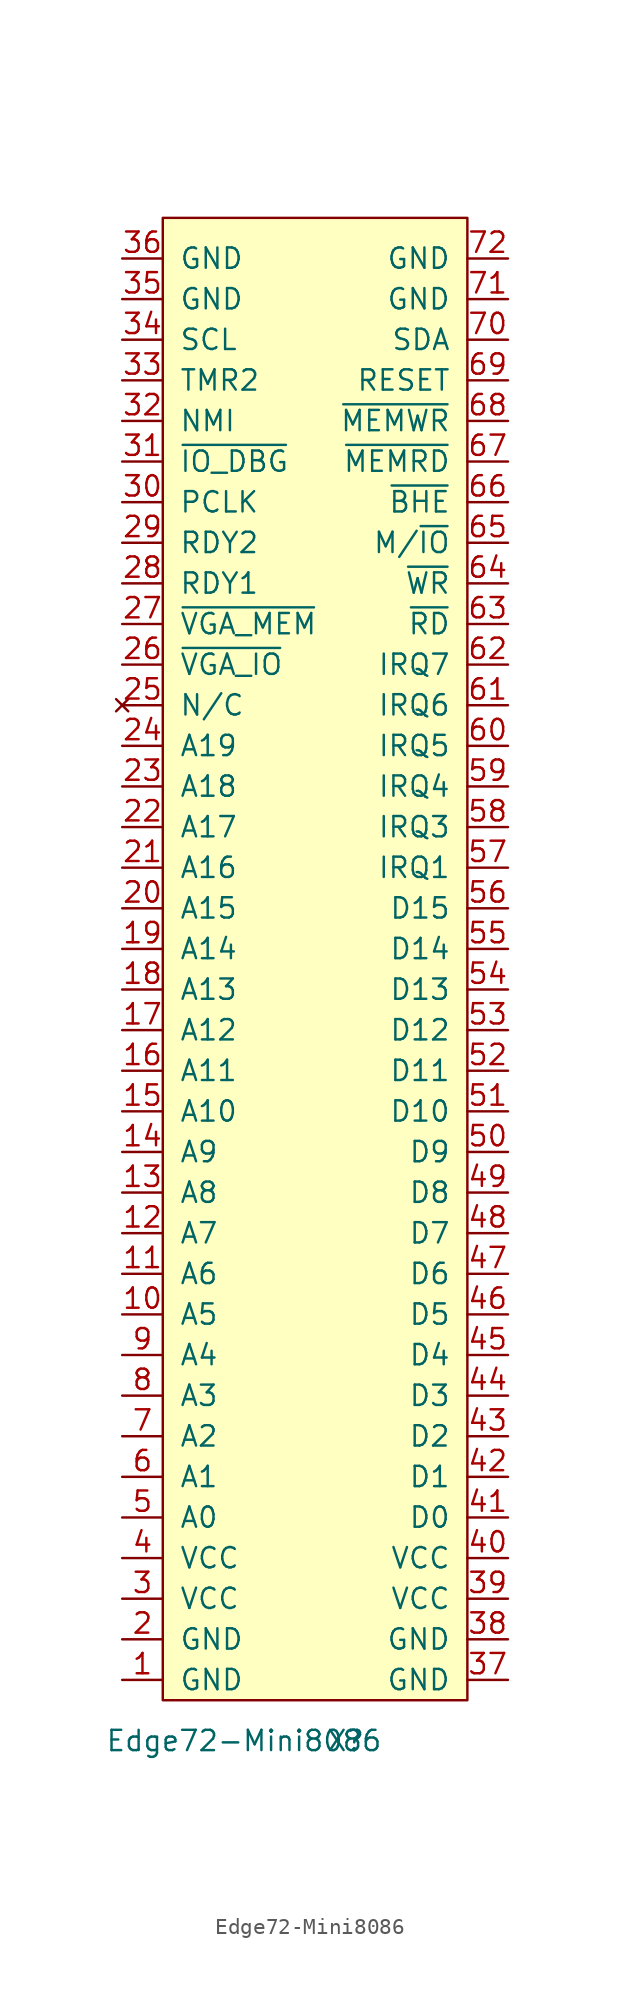
<source format=kicad_sym>
(kicad_symbol_lib
  (version 20220914)
  (generator kicad_symbol_editor)
  (symbol "Edge72-Mini8086"
    (pin_names
      (offset 1.016))
    (property "Reference" "X"
      (at 2.54 -49.53 0)
      (effects (font (size 1.27 1.27))))
    (property "Value" "Edge72-Mini8086"
      (at -3.81 -49.53 0)
      (effects (font (size 1.27 1.27))))
    (symbol "Edge72-Mini8086_0_1"
      (rectangle (start -8.89 45.72) (end 10.16 -46.99) (stroke (width 0) (type solid)) (fill (type background))))
    (symbol "Edge72-Mini8086_1_1"
      (pin passive line (at -11.43 -45.72 0) (length 2.54) (name "GND" (effects (font (size 1.27 1.27)))) (number "1" (effects (font (size 1.27 1.27)))))
      (pin bidirectional line (at -11.43 -22.86 0) (length 2.54) (name "A5" (effects (font (size 1.27 1.27)))) (number "10" (effects (font (size 1.27 1.27)))))
      (pin bidirectional line (at -11.43 -20.32 0) (length 2.54) (name "A6" (effects (font (size 1.27 1.27)))) (number "11" (effects (font (size 1.27 1.27)))))
      (pin bidirectional line (at -11.43 -17.78 0) (length 2.54) (name "A7" (effects (font (size 1.27 1.27)))) (number "12" (effects (font (size 1.27 1.27)))))
      (pin bidirectional line (at -11.43 -15.24 0) (length 2.54) (name "A8" (effects (font (size 1.27 1.27)))) (number "13" (effects (font (size 1.27 1.27)))))
      (pin bidirectional line (at -11.43 -12.7 0) (length 2.54) (name "A9" (effects (font (size 1.27 1.27)))) (number "14" (effects (font (size 1.27 1.27)))))
      (pin bidirectional line (at -11.43 -10.16 0) (length 2.54) (name "A10" (effects (font (size 1.27 1.27)))) (number "15" (effects (font (size 1.27 1.27)))))
      (pin bidirectional line (at -11.43 -7.62 0) (length 2.54) (name "A11" (effects (font (size 1.27 1.27)))) (number "16" (effects (font (size 1.27 1.27)))))
      (pin bidirectional line (at -11.43 -5.08 0) (length 2.54) (name "A12" (effects (font (size 1.27 1.27)))) (number "17" (effects (font (size 1.27 1.27)))))
      (pin bidirectional line (at -11.43 -2.54 0) (length 2.54) (name "A13" (effects (font (size 1.27 1.27)))) (number "18" (effects (font (size 1.27 1.27)))))
      (pin bidirectional line (at -11.43 0 0) (length 2.54) (name "A14" (effects (font (size 1.27 1.27)))) (number "19" (effects (font (size 1.27 1.27)))))
      (pin passive line (at -11.43 -43.18 0) (length 2.54) (name "GND" (effects (font (size 1.27 1.27)))) (number "2" (effects (font (size 1.27 1.27)))))
      (pin bidirectional line (at -11.43 2.54 0) (length 2.54) (name "A15" (effects (font (size 1.27 1.27)))) (number "20" (effects (font (size 1.27 1.27)))))
      (pin bidirectional line (at -11.43 5.08 0) (length 2.54) (name "A16" (effects (font (size 1.27 1.27)))) (number "21" (effects (font (size 1.27 1.27)))))
      (pin bidirectional line (at -11.43 7.62 0) (length 2.54) (name "A17" (effects (font (size 1.27 1.27)))) (number "22" (effects (font (size 1.27 1.27)))))
      (pin bidirectional line (at -11.43 10.16 0) (length 2.54) (name "A18" (effects (font (size 1.27 1.27)))) (number "23" (effects (font (size 1.27 1.27)))))
      (pin bidirectional line (at -11.43 12.7 0) (length 2.54) (name "A19" (effects (font (size 1.27 1.27)))) (number "24" (effects (font (size 1.27 1.27)))))
      (pin no_connect line (at -11.43 15.24 0) (length 2.54) (name "N/C" (effects (font (size 1.27 1.27)))) (number "25" (effects (font (size 1.27 1.27)))))
      (pin bidirectional line (at -11.43 17.78 0) (length 2.54) (name "~{VGA_IO}" (effects (font (size 1.27 1.27)))) (number "26" (effects (font (size 1.27 1.27)))))
      (pin bidirectional line (at -11.43 20.32 0) (length 2.54) (name "~{VGA_MEM}" (effects (font (size 1.27 1.27)))) (number "27" (effects (font (size 1.27 1.27)))))
      (pin passive line (at -11.43 22.86 0) (length 2.54) (name "RDY1" (effects (font (size 1.27 1.27)))) (number "28" (effects (font (size 1.27 1.27)))))
      (pin passive line (at -11.43 25.4 0) (length 2.54) (name "RDY2" (effects (font (size 1.27 1.27)))) (number "29" (effects (font (size 1.27 1.27)))))
      (pin passive line (at -11.43 -40.64 0) (length 2.54) (name "VCC" (effects (font (size 1.27 1.27)))) (number "3" (effects (font (size 1.27 1.27)))))
      (pin passive line (at -11.43 27.94 0) (length 2.54) (name "PCLK" (effects (font (size 1.27 1.27)))) (number "30" (effects (font (size 1.27 1.27)))))
      (pin passive line (at -11.43 30.48 0) (length 2.54) (name "~{IO_DBG}" (effects (font (size 1.27 1.27)))) (number "31" (effects (font (size 1.27 1.27)))))
      (pin passive line (at -11.43 33.02 0) (length 2.54) (name "NMI" (effects (font (size 1.27 1.27)))) (number "32" (effects (font (size 1.27 1.27)))))
      (pin passive line (at -11.43 35.56 0) (length 2.54) (name "TMR2" (effects (font (size 1.27 1.27)))) (number "33" (effects (font (size 1.27 1.27)))))
      (pin passive line (at -11.43 38.1 0) (length 2.54) (name "SCL" (effects (font (size 1.27 1.27)))) (number "34" (effects (font (size 1.27 1.27)))))
      (pin passive line (at -11.43 40.64 0) (length 2.54) (name "GND" (effects (font (size 1.27 1.27)))) (number "35" (effects (font (size 1.27 1.27)))))
      (pin passive line (at -11.43 43.18 0) (length 2.54) (name "GND" (effects (font (size 1.27 1.27)))) (number "36" (effects (font (size 1.27 1.27)))))
      (pin power_out line (at 12.7 -45.72 180) (length 2.54) (name "GND" (effects (font (size 1.27 1.27)))) (number "37" (effects (font (size 1.27 1.27)))))
      (pin passive line (at 12.7 -43.18 180) (length 2.54) (name "GND" (effects (font (size 1.27 1.27)))) (number "38" (effects (font (size 1.27 1.27)))))
      (pin power_out line (at 12.7 -40.64 180) (length 2.54) (name "VCC" (effects (font (size 1.27 1.27)))) (number "39" (effects (font (size 1.27 1.27)))))
      (pin passive line (at -11.43 -38.1 0) (length 2.54) (name "VCC" (effects (font (size 1.27 1.27)))) (number "4" (effects (font (size 1.27 1.27)))))
      (pin passive line (at 12.7 -38.1 180) (length 2.54) (name "VCC" (effects (font (size 1.27 1.27)))) (number "40" (effects (font (size 1.27 1.27)))))
      (pin bidirectional line (at 12.7 -35.56 180) (length 2.54) (name "D0" (effects (font (size 1.27 1.27)))) (number "41" (effects (font (size 1.27 1.27)))))
      (pin bidirectional line (at 12.7 -33.02 180) (length 2.54) (name "D1" (effects (font (size 1.27 1.27)))) (number "42" (effects (font (size 1.27 1.27)))))
      (pin bidirectional line (at 12.7 -30.48 180) (length 2.54) (name "D2" (effects (font (size 1.27 1.27)))) (number "43" (effects (font (size 1.27 1.27)))))
      (pin bidirectional line (at 12.7 -27.94 180) (length 2.54) (name "D3" (effects (font (size 1.27 1.27)))) (number "44" (effects (font (size 1.27 1.27)))))
      (pin bidirectional line (at 12.7 -25.4 180) (length 2.54) (name "D4" (effects (font (size 1.27 1.27)))) (number "45" (effects (font (size 1.27 1.27)))))
      (pin bidirectional line (at 12.7 -22.86 180) (length 2.54) (name "D5" (effects (font (size 1.27 1.27)))) (number "46" (effects (font (size 1.27 1.27)))))
      (pin bidirectional line (at 12.7 -20.32 180) (length 2.54) (name "D6" (effects (font (size 1.27 1.27)))) (number "47" (effects (font (size 1.27 1.27)))))
      (pin bidirectional line (at 12.7 -17.78 180) (length 2.54) (name "D7" (effects (font (size 1.27 1.27)))) (number "48" (effects (font (size 1.27 1.27)))))
      (pin bidirectional line (at 12.7 -15.24 180) (length 2.54) (name "D8" (effects (font (size 1.27 1.27)))) (number "49" (effects (font (size 1.27 1.27)))))
      (pin bidirectional line (at -11.43 -35.56 0) (length 2.54) (name "A0" (effects (font (size 1.27 1.27)))) (number "5" (effects (font (size 1.27 1.27)))))
      (pin bidirectional line (at 12.7 -12.7 180) (length 2.54) (name "D9" (effects (font (size 1.27 1.27)))) (number "50" (effects (font (size 1.27 1.27)))))
      (pin bidirectional line (at 12.7 -10.16 180) (length 2.54) (name "D10" (effects (font (size 1.27 1.27)))) (number "51" (effects (font (size 1.27 1.27)))))
      (pin bidirectional line (at 12.7 -7.62 180) (length 2.54) (name "D11" (effects (font (size 1.27 1.27)))) (number "52" (effects (font (size 1.27 1.27)))))
      (pin bidirectional line (at 12.7 -5.08 180) (length 2.54) (name "D12" (effects (font (size 1.27 1.27)))) (number "53" (effects (font (size 1.27 1.27)))))
      (pin bidirectional line (at 12.7 -2.54 180) (length 2.54) (name "D13" (effects (font (size 1.27 1.27)))) (number "54" (effects (font (size 1.27 1.27)))))
      (pin bidirectional line (at 12.7 0 180) (length 2.54) (name "D14" (effects (font (size 1.27 1.27)))) (number "55" (effects (font (size 1.27 1.27)))))
      (pin bidirectional line (at 12.7 2.54 180) (length 2.54) (name "D15" (effects (font (size 1.27 1.27)))) (number "56" (effects (font (size 1.27 1.27)))))
      (pin passive line (at 12.7 5.08 180) (length 2.54) (name "IRQ1" (effects (font (size 1.27 1.27)))) (number "57" (effects (font (size 1.27 1.27)))))
      (pin passive line (at 12.7 7.62 180) (length 2.54) (name "IRQ3" (effects (font (size 1.27 1.27)))) (number "58" (effects (font (size 1.27 1.27)))))
      (pin passive line (at 12.7 10.16 180) (length 2.54) (name "IRQ4" (effects (font (size 1.27 1.27)))) (number "59" (effects (font (size 1.27 1.27)))))
      (pin bidirectional line (at -11.43 -33.02 0) (length 2.54) (name "A1" (effects (font (size 1.27 1.27)))) (number "6" (effects (font (size 1.27 1.27)))))
      (pin passive line (at 12.7 12.7 180) (length 2.54) (name "IRQ5" (effects (font (size 1.27 1.27)))) (number "60" (effects (font (size 1.27 1.27)))))
      (pin passive line (at 12.7 15.24 180) (length 2.54) (name "IRQ6" (effects (font (size 1.27 1.27)))) (number "61" (effects (font (size 1.27 1.27)))))
      (pin passive line (at 12.7 17.78 180) (length 2.54) (name "IRQ7" (effects (font (size 1.27 1.27)))) (number "62" (effects (font (size 1.27 1.27)))))
      (pin bidirectional line (at 12.7 20.32 180) (length 2.54) (name "~{RD}" (effects (font (size 1.27 1.27)))) (number "63" (effects (font (size 1.27 1.27)))))
      (pin bidirectional line (at 12.7 22.86 180) (length 2.54) (name "~{WR}" (effects (font (size 1.27 1.27)))) (number "64" (effects (font (size 1.27 1.27)))))
      (pin bidirectional line (at 12.7 25.4 180) (length 2.54) (name "M/~{IO}" (effects (font (size 1.27 1.27)))) (number "65" (effects (font (size 1.27 1.27)))))
      (pin bidirectional line (at 12.7 27.94 180) (length 2.54) (name "~{BHE}" (effects (font (size 1.27 1.27)))) (number "66" (effects (font (size 1.27 1.27)))))
      (pin bidirectional line (at 12.7 30.48 180) (length 2.54) (name "~{MEMRD}" (effects (font (size 1.27 1.27)))) (number "67" (effects (font (size 1.27 1.27)))))
      (pin bidirectional line (at 12.7 33.02 180) (length 2.54) (name "~{MEMWR}" (effects (font (size 1.27 1.27)))) (number "68" (effects (font (size 1.27 1.27)))))
      (pin passive line (at 12.7 35.56 180) (length 2.54) (name "RESET" (effects (font (size 1.27 1.27)))) (number "69" (effects (font (size 1.27 1.27)))))
      (pin bidirectional line (at -11.43 -30.48 0) (length 2.54) (name "A2" (effects (font (size 1.27 1.27)))) (number "7" (effects (font (size 1.27 1.27)))))
      (pin passive line (at 12.7 38.1 180) (length 2.54) (name "SDA" (effects (font (size 1.27 1.27)))) (number "70" (effects (font (size 1.27 1.27)))))
      (pin passive line (at 12.7 40.64 180) (length 2.54) (name "GND" (effects (font (size 1.27 1.27)))) (number "71" (effects (font (size 1.27 1.27)))))
      (pin passive line (at 12.7 43.18 180) (length 2.54) (name "GND" (effects (font (size 1.27 1.27)))) (number "72" (effects (font (size 1.27 1.27)))))
      (pin bidirectional line (at -11.43 -27.94 0) (length 2.54) (name "A3" (effects (font (size 1.27 1.27)))) (number "8" (effects (font (size 1.27 1.27)))))
      (pin bidirectional line (at -11.43 -25.4 0) (length 2.54) (name "A4" (effects (font (size 1.27 1.27)))) (number "9" (effects (font (size 1.27 1.27))))))))
</source>
